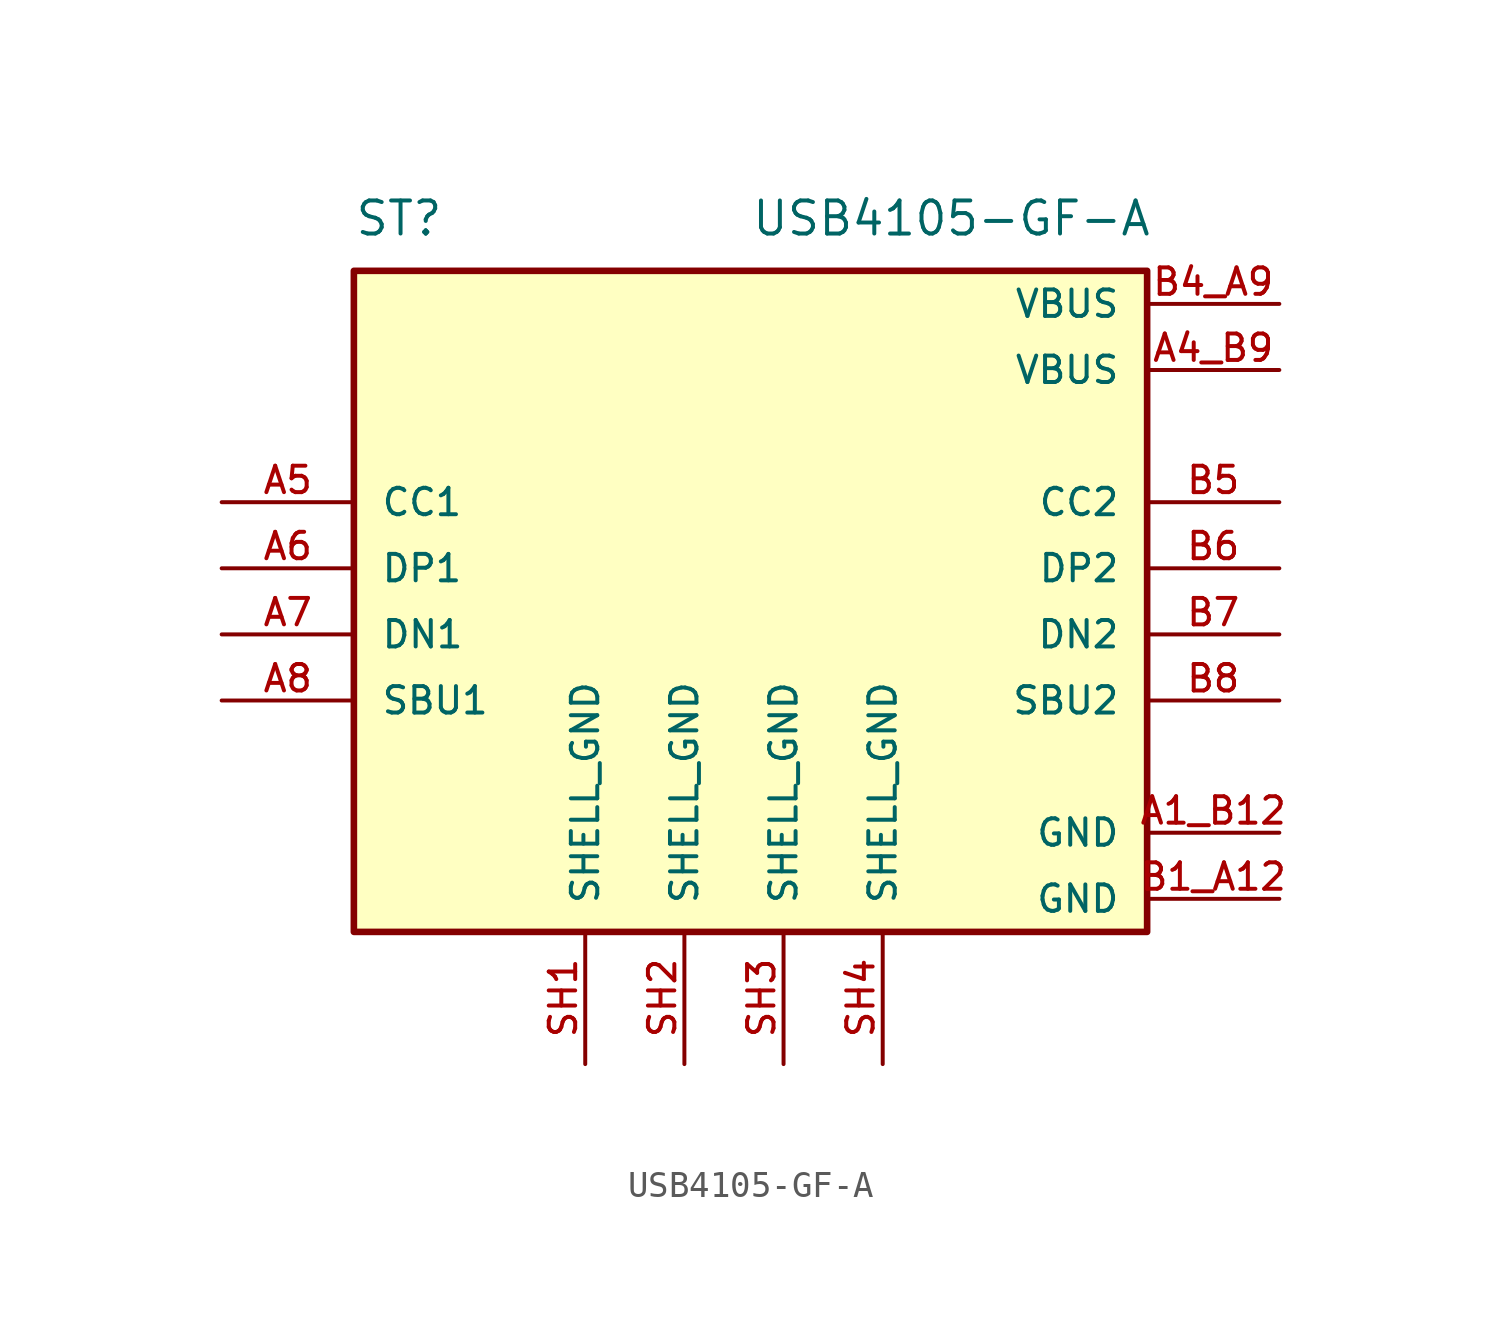
<source format=kicad_sym>
(kicad_symbol_lib
  (version 20241209)
  (generator "kicad_symbol_editor")
  (generator_version "9.0")
  (symbol "USB4105-GF-A"
    (pin_names
      (offset 1.016))
    (property "Reference" "ST"
      (at -15.24 13.97 0)
      (effects (font (size 1.27 1.27)) (justify left bottom)))
    (property "Value" "USB4105-GF-A"
      (at 0 13.97 0)
      (effects (font (size 1.27 1.27)) (justify left bottom)))
    (symbol "USB4105-GF-A_0_0"
      (rectangle (start -15.24 -12.7) (end 15.24 12.7) (stroke (width 0.254) (type default)) (fill (type background)))
      (pin bidirectional line (at -20.32 3.81 0) (length 5.08) (name "CC1" (effects (font (size 1.016 1.016)))) (number "A5" (effects (font (size 1.016 1.016)))))
      (pin bidirectional line (at -20.32 1.27 0) (length 5.08) (name "DP1" (effects (font (size 1.016 1.016)))) (number "A6" (effects (font (size 1.016 1.016)))))
      (pin bidirectional line (at -20.32 -1.27 0) (length 5.08) (name "DN1" (effects (font (size 1.016 1.016)))) (number "A7" (effects (font (size 1.016 1.016)))))
      (pin bidirectional line (at -20.32 -3.81 0) (length 5.08) (name "SBU1" (effects (font (size 1.016 1.016)))) (number "A8" (effects (font (size 1.016 1.016)))))
      (pin power_in line (at -6.35 -17.78 90) (length 5.08) (name "SHELL_GND" (effects (font (size 1.016 1.016)))) (number "SH1" (effects (font (size 1.016 1.016)))))
      (pin power_in line (at -2.54 -17.78 90) (length 5.08) (name "SHELL_GND" (effects (font (size 1.016 1.016)))) (number "SH2" (effects (font (size 1.016 1.016)))))
      (pin power_in line (at 1.27 -17.78 90) (length 5.08) (name "SHELL_GND" (effects (font (size 1.016 1.016)))) (number "SH3" (effects (font (size 1.016 1.016)))))
      (pin power_in line (at 5.08 -17.78 90) (length 5.08) (name "SHELL_GND" (effects (font (size 1.016 1.016)))) (number "SH4" (effects (font (size 1.016 1.016)))))
      (pin power_in line (at 20.32 11.43 180) (length 5.08) (name "VBUS" (effects (font (size 1.016 1.016)))) (number "B4_A9" (effects (font (size 1.016 1.016)))))
      (pin power_in line (at 20.32 8.89 180) (length 5.08) (name "VBUS" (effects (font (size 1.016 1.016)))) (number "A4_B9" (effects (font (size 1.016 1.016)))))
      (pin bidirectional line (at 20.32 3.81 180) (length 5.08) (name "CC2" (effects (font (size 1.016 1.016)))) (number "B5" (effects (font (size 1.016 1.016)))))
      (pin bidirectional line (at 20.32 1.27 180) (length 5.08) (name "DP2" (effects (font (size 1.016 1.016)))) (number "B6" (effects (font (size 1.016 1.016)))))
      (pin bidirectional line (at 20.32 -1.27 180) (length 5.08) (name "DN2" (effects (font (size 1.016 1.016)))) (number "B7" (effects (font (size 1.016 1.016)))))
      (pin bidirectional line (at 20.32 -3.81 180) (length 5.08) (name "SBU2" (effects (font (size 1.016 1.016)))) (number "B8" (effects (font (size 1.016 1.016)))))
      (pin power_in line (at 20.32 -11.43 180) (length 5.08) (name "GND" (effects (font (size 1.016 1.016)))) (number "B1_A12" (effects (font (size 1.016 1.016))))))
    (symbol "USB4105-GF-A_1_0"
      (pin power_in line (at 20.32 -8.89 180) (length 5.08) (name "GND" (effects (font (size 1.016 1.016)))) (number "A1_B12" (effects (font (size 1.016 1.016))))))))
</source>
